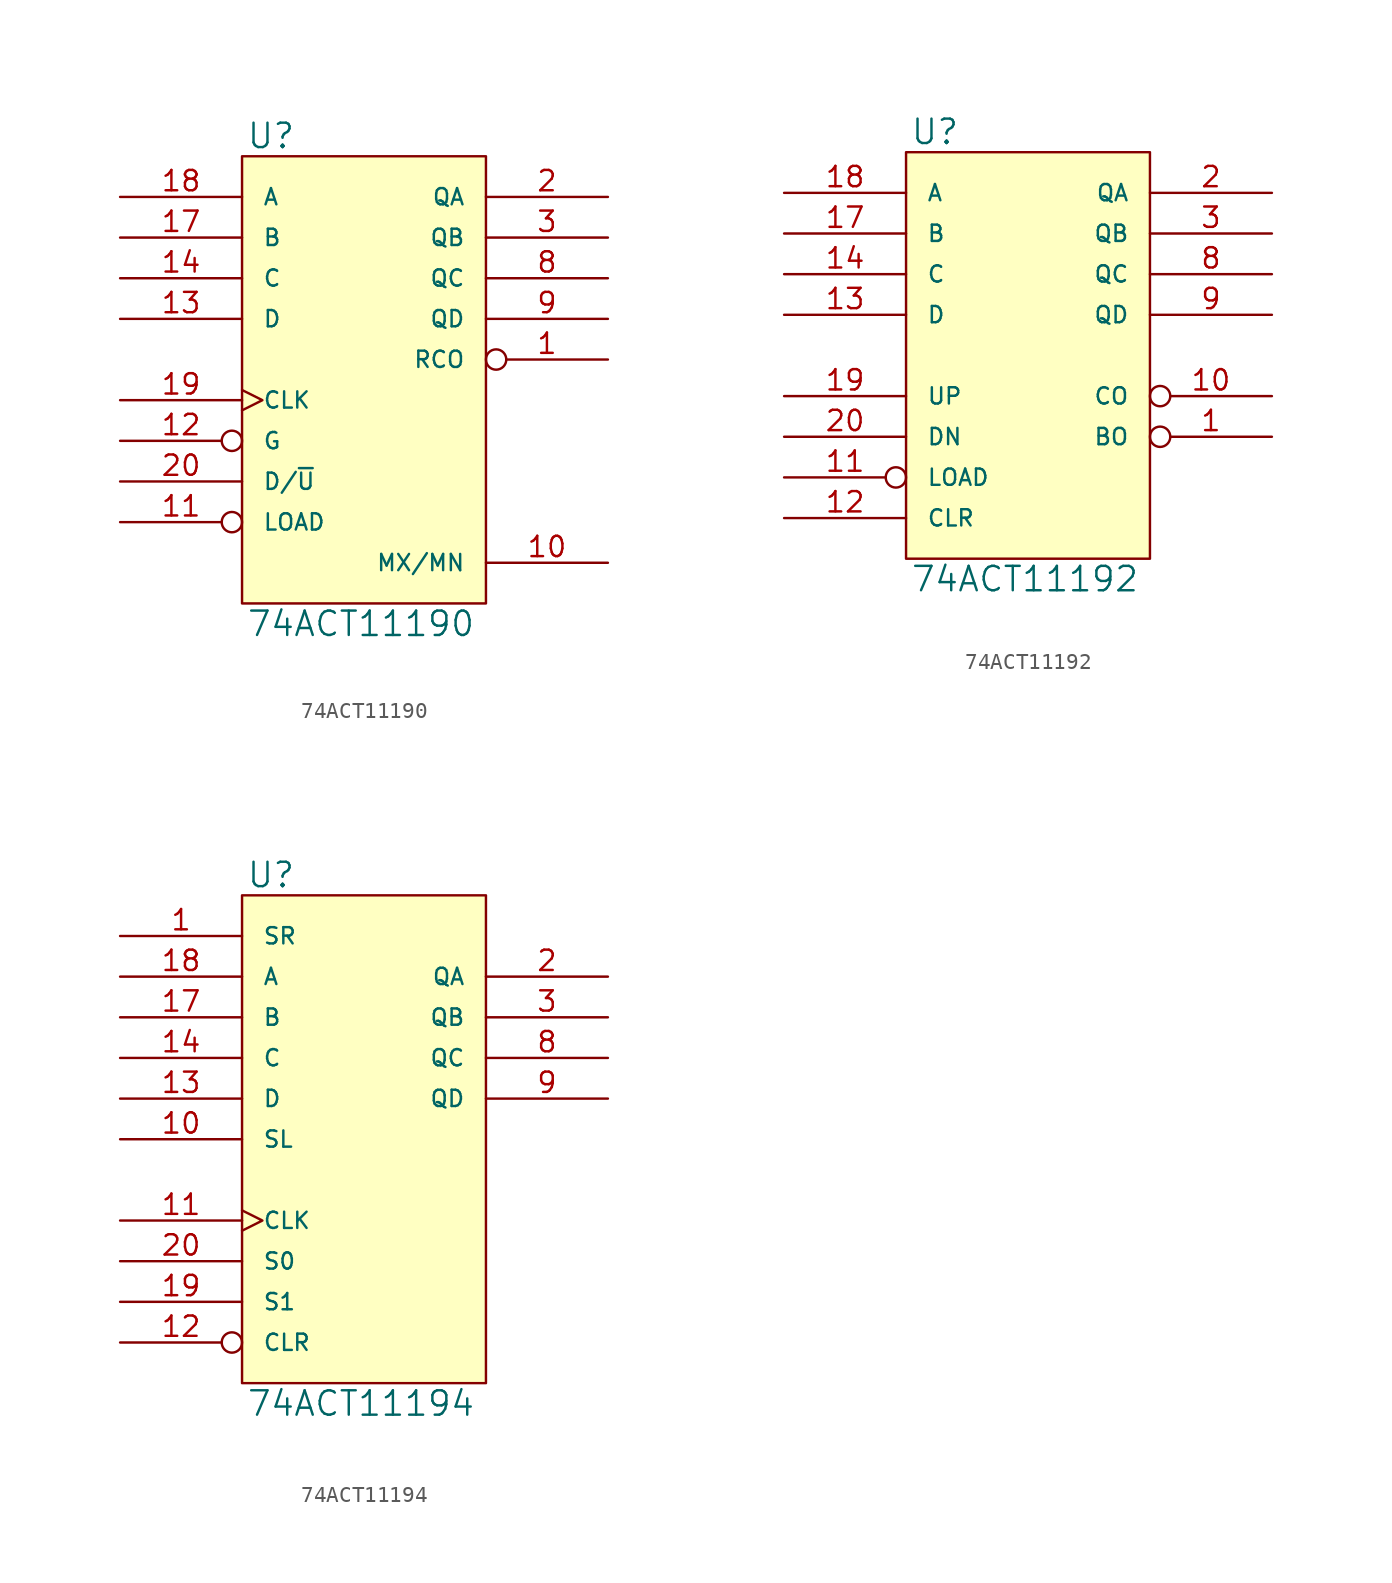
<source format=kicad_sym>
(kicad_symbol_lib
  (version 20231120)
  (generator "kicad_symbol_editor")
  (generator_version "8.0")
  (symbol "74ACT11190"
    (pin_names
      (offset 1.27))
    (property "Reference" "U"
      (at 0.254 0.381 0)
      (effects (font (size 1.524 1.524)) (justify left bottom)))
    (property "Value" "74ACT11190"
      (at 0.254 -28.321 0)
      (effects (font (size 1.524 1.524)) (justify left top)))
    (symbol "74ACT11190_0_1"
      (rectangle (start 0 0) (end 15.24 -27.94) (stroke (width 0) (type solid)) (fill (type background))))
    (symbol "74ACT11190_1_1"
      (pin output inverted (at 22.86 -12.7 180) (length 7.62) (name "RCO" (effects (font (size 1.016 1.016)))) (number "1" (effects (font (size 1.27 1.27)))))
      (pin output line (at 22.86 -25.4 180) (length 7.62) (name "MX/MN" (effects (font (size 1.016 1.016)))) (number "10" (effects (font (size 1.27 1.27)))))
      (pin input inverted (at -7.62 -22.86 0) (length 7.62) (name "LOAD" (effects (font (size 1.016 1.016)))) (number "11" (effects (font (size 1.27 1.27)))))
      (pin input inverted (at -7.62 -17.78 0) (length 7.62) (name "G" (effects (font (size 1.016 1.016)))) (number "12" (effects (font (size 1.27 1.27)))))
      (pin input line (at -7.62 -10.16 0) (length 7.62) (name "D" (effects (font (size 1.016 1.016)))) (number "13" (effects (font (size 1.27 1.27)))))
      (pin input line (at -7.62 -7.62 0) (length 7.62) (name "C" (effects (font (size 1.016 1.016)))) (number "14" (effects (font (size 1.27 1.27)))))
      (pin power_in line (at 2.54 0 270) (length 0) hide (name "VCC" (effects (font (size 1.016 1.016)))) (number "15" (effects (font (size 1.27 1.27)))))
      (pin power_in line (at 0 0 270) (length 0) hide (name "VCC" (effects (font (size 1.016 1.016)))) (number "16" (effects (font (size 1.27 1.27)))))
      (pin input line (at -7.62 -5.08 0) (length 7.62) (name "B" (effects (font (size 1.016 1.016)))) (number "17" (effects (font (size 1.27 1.27)))))
      (pin input line (at -7.62 -2.54 0) (length 7.62) (name "A" (effects (font (size 1.016 1.016)))) (number "18" (effects (font (size 1.27 1.27)))))
      (pin input clock (at -7.62 -15.24 0) (length 7.62) (name "CLK" (effects (font (size 1.016 1.016)))) (number "19" (effects (font (size 1.27 1.27)))))
      (pin output line (at 22.86 -2.54 180) (length 7.62) (name "QA" (effects (font (size 1.016 1.016)))) (number "2" (effects (font (size 1.27 1.27)))))
      (pin input line (at -7.62 -20.32 0) (length 7.62) (name "D/~{U}" (effects (font (size 1.016 1.016)))) (number "20" (effects (font (size 1.27 1.27)))))
      (pin output line (at 22.86 -5.08 180) (length 7.62) (name "QB" (effects (font (size 1.016 1.016)))) (number "3" (effects (font (size 1.27 1.27)))))
      (pin power_in line (at 0 -27.94 90) (length 0) hide (name "GND" (effects (font (size 1.016 1.016)))) (number "4" (effects (font (size 1.27 1.27)))))
      (pin power_in line (at 2.54 -27.94 90) (length 0) hide (name "GND" (effects (font (size 1.016 1.016)))) (number "5" (effects (font (size 1.27 1.27)))))
      (pin power_in line (at 5.08 -27.94 90) (length 0) hide (name "GND" (effects (font (size 1.016 1.016)))) (number "6" (effects (font (size 1.27 1.27)))))
      (pin power_in line (at 7.62 -27.94 90) (length 0) hide (name "GND" (effects (font (size 1.016 1.016)))) (number "7" (effects (font (size 1.27 1.27)))))
      (pin output line (at 22.86 -7.62 180) (length 7.62) (name "QC" (effects (font (size 1.016 1.016)))) (number "8" (effects (font (size 1.27 1.27)))))
      (pin output line (at 22.86 -10.16 180) (length 7.62) (name "QD" (effects (font (size 1.016 1.016)))) (number "9" (effects (font (size 1.27 1.27)))))))
  (symbol "74ACT11192"
    (pin_names
      (offset 1.27))
    (property "Reference" "U"
      (at 0.254 0.381 0)
      (effects (font (size 1.524 1.524)) (justify left bottom)))
    (property "Value" "74ACT11192"
      (at 0.254 -25.781 0)
      (effects (font (size 1.524 1.524)) (justify left top)))
    (symbol "74ACT11192_0_1"
      (rectangle (start 0 0) (end 15.24 -25.4) (stroke (width 0) (type solid)) (fill (type background))))
    (symbol "74ACT11192_1_1"
      (pin output inverted (at 22.86 -17.78 180) (length 7.62) (name "BO" (effects (font (size 1.016 1.016)))) (number "1" (effects (font (size 1.27 1.27)))))
      (pin output inverted (at 22.86 -15.24 180) (length 7.62) (name "CO" (effects (font (size 1.016 1.016)))) (number "10" (effects (font (size 1.27 1.27)))))
      (pin input inverted (at -7.62 -20.32 0) (length 7.62) (name "LOAD" (effects (font (size 1.016 1.016)))) (number "11" (effects (font (size 1.27 1.27)))))
      (pin input line (at -7.62 -22.86 0) (length 7.62) (name "CLR" (effects (font (size 1.016 1.016)))) (number "12" (effects (font (size 1.27 1.27)))))
      (pin input line (at -7.62 -10.16 0) (length 7.62) (name "D" (effects (font (size 1.016 1.016)))) (number "13" (effects (font (size 1.27 1.27)))))
      (pin input line (at -7.62 -7.62 0) (length 7.62) (name "C" (effects (font (size 1.016 1.016)))) (number "14" (effects (font (size 1.27 1.27)))))
      (pin power_in line (at 2.54 0 270) (length 0) hide (name "VCC" (effects (font (size 1.016 1.016)))) (number "15" (effects (font (size 1.27 1.27)))))
      (pin power_in line (at 0 0 270) (length 0) hide (name "VCC" (effects (font (size 1.016 1.016)))) (number "16" (effects (font (size 1.27 1.27)))))
      (pin input line (at -7.62 -5.08 0) (length 7.62) (name "B" (effects (font (size 1.016 1.016)))) (number "17" (effects (font (size 1.27 1.27)))))
      (pin input line (at -7.62 -2.54 0) (length 7.62) (name "A" (effects (font (size 1.016 1.016)))) (number "18" (effects (font (size 1.27 1.27)))))
      (pin input line (at -7.62 -15.24 0) (length 7.62) (name "UP" (effects (font (size 1.016 1.016)))) (number "19" (effects (font (size 1.27 1.27)))))
      (pin output line (at 22.86 -2.54 180) (length 7.62) (name "QA" (effects (font (size 1.016 1.016)))) (number "2" (effects (font (size 1.27 1.27)))))
      (pin input line (at -7.62 -17.78 0) (length 7.62) (name "DN" (effects (font (size 1.016 1.016)))) (number "20" (effects (font (size 1.27 1.27)))))
      (pin output line (at 22.86 -5.08 180) (length 7.62) (name "QB" (effects (font (size 1.016 1.016)))) (number "3" (effects (font (size 1.27 1.27)))))
      (pin power_in line (at 0 -25.4 90) (length 0) hide (name "GND" (effects (font (size 1.016 1.016)))) (number "4" (effects (font (size 1.27 1.27)))))
      (pin power_in line (at 2.54 -25.4 90) (length 0) hide (name "GND" (effects (font (size 1.016 1.016)))) (number "5" (effects (font (size 1.27 1.27)))))
      (pin power_in line (at 5.08 -25.4 90) (length 0) hide (name "GND" (effects (font (size 1.016 1.016)))) (number "6" (effects (font (size 1.27 1.27)))))
      (pin power_in line (at 7.62 -25.4 90) (length 0) hide (name "GND" (effects (font (size 1.016 1.016)))) (number "7" (effects (font (size 1.27 1.27)))))
      (pin output line (at 22.86 -7.62 180) (length 7.62) (name "QC" (effects (font (size 1.016 1.016)))) (number "8" (effects (font (size 1.27 1.27)))))
      (pin output line (at 22.86 -10.16 180) (length 7.62) (name "QD" (effects (font (size 1.016 1.016)))) (number "9" (effects (font (size 1.27 1.27)))))))
  (symbol "74ACT11194"
    (pin_names
      (offset 1.27))
    (property "Reference" "U"
      (at 0.254 0.381 0)
      (effects (font (size 1.524 1.524)) (justify left bottom)))
    (property "Value" "74ACT11194"
      (at 0.254 -30.861 0)
      (effects (font (size 1.524 1.524)) (justify left top)))
    (symbol "74ACT11194_0_1"
      (rectangle (start 0 0) (end 15.24 -30.48) (stroke (width 0) (type solid)) (fill (type background))))
    (symbol "74ACT11194_1_1"
      (pin input line (at -7.62 -2.54 0) (length 7.62) (name "SR" (effects (font (size 1.016 1.016)))) (number "1" (effects (font (size 1.27 1.27)))))
      (pin input line (at -7.62 -15.24 0) (length 7.62) (name "SL" (effects (font (size 1.016 1.016)))) (number "10" (effects (font (size 1.27 1.27)))))
      (pin input clock (at -7.62 -20.32 0) (length 7.62) (name "CLK" (effects (font (size 1.016 1.016)))) (number "11" (effects (font (size 1.27 1.27)))))
      (pin input inverted (at -7.62 -27.94 0) (length 7.62) (name "CLR" (effects (font (size 1.016 1.016)))) (number "12" (effects (font (size 1.27 1.27)))))
      (pin input line (at -7.62 -12.7 0) (length 7.62) (name "D" (effects (font (size 1.016 1.016)))) (number "13" (effects (font (size 1.27 1.27)))))
      (pin input line (at -7.62 -10.16 0) (length 7.62) (name "C" (effects (font (size 1.016 1.016)))) (number "14" (effects (font (size 1.27 1.27)))))
      (pin power_in line (at 2.54 0 270) (length 0) hide (name "VCC" (effects (font (size 1.016 1.016)))) (number "15" (effects (font (size 1.27 1.27)))))
      (pin power_in line (at 0 0 270) (length 0) hide (name "VCC" (effects (font (size 1.016 1.016)))) (number "16" (effects (font (size 1.27 1.27)))))
      (pin input line (at -7.62 -7.62 0) (length 7.62) (name "B" (effects (font (size 1.016 1.016)))) (number "17" (effects (font (size 1.27 1.27)))))
      (pin input line (at -7.62 -5.08 0) (length 7.62) (name "A" (effects (font (size 1.016 1.016)))) (number "18" (effects (font (size 1.27 1.27)))))
      (pin input line (at -7.62 -25.4 0) (length 7.62) (name "S1" (effects (font (size 1.016 1.016)))) (number "19" (effects (font (size 1.27 1.27)))))
      (pin output line (at 22.86 -5.08 180) (length 7.62) (name "QA" (effects (font (size 1.016 1.016)))) (number "2" (effects (font (size 1.27 1.27)))))
      (pin input line (at -7.62 -22.86 0) (length 7.62) (name "S0" (effects (font (size 1.016 1.016)))) (number "20" (effects (font (size 1.27 1.27)))))
      (pin output line (at 22.86 -7.62 180) (length 7.62) (name "QB" (effects (font (size 1.016 1.016)))) (number "3" (effects (font (size 1.27 1.27)))))
      (pin power_in line (at 0 -30.48 90) (length 0) hide (name "GND" (effects (font (size 1.016 1.016)))) (number "4" (effects (font (size 1.27 1.27)))))
      (pin power_in line (at 2.54 -30.48 90) (length 0) hide (name "GND" (effects (font (size 1.016 1.016)))) (number "5" (effects (font (size 1.27 1.27)))))
      (pin power_in line (at 5.08 -30.48 90) (length 0) hide (name "GND" (effects (font (size 1.016 1.016)))) (number "6" (effects (font (size 1.27 1.27)))))
      (pin power_in line (at 7.62 -30.48 90) (length 0) hide (name "GND" (effects (font (size 1.016 1.016)))) (number "7" (effects (font (size 1.27 1.27)))))
      (pin output line (at 22.86 -10.16 180) (length 7.62) (name "QC" (effects (font (size 1.016 1.016)))) (number "8" (effects (font (size 1.27 1.27)))))
      (pin output line (at 22.86 -12.7 180) (length 7.62) (name "QD" (effects (font (size 1.016 1.016)))) (number "9" (effects (font (size 1.27 1.27))))))))
</source>
